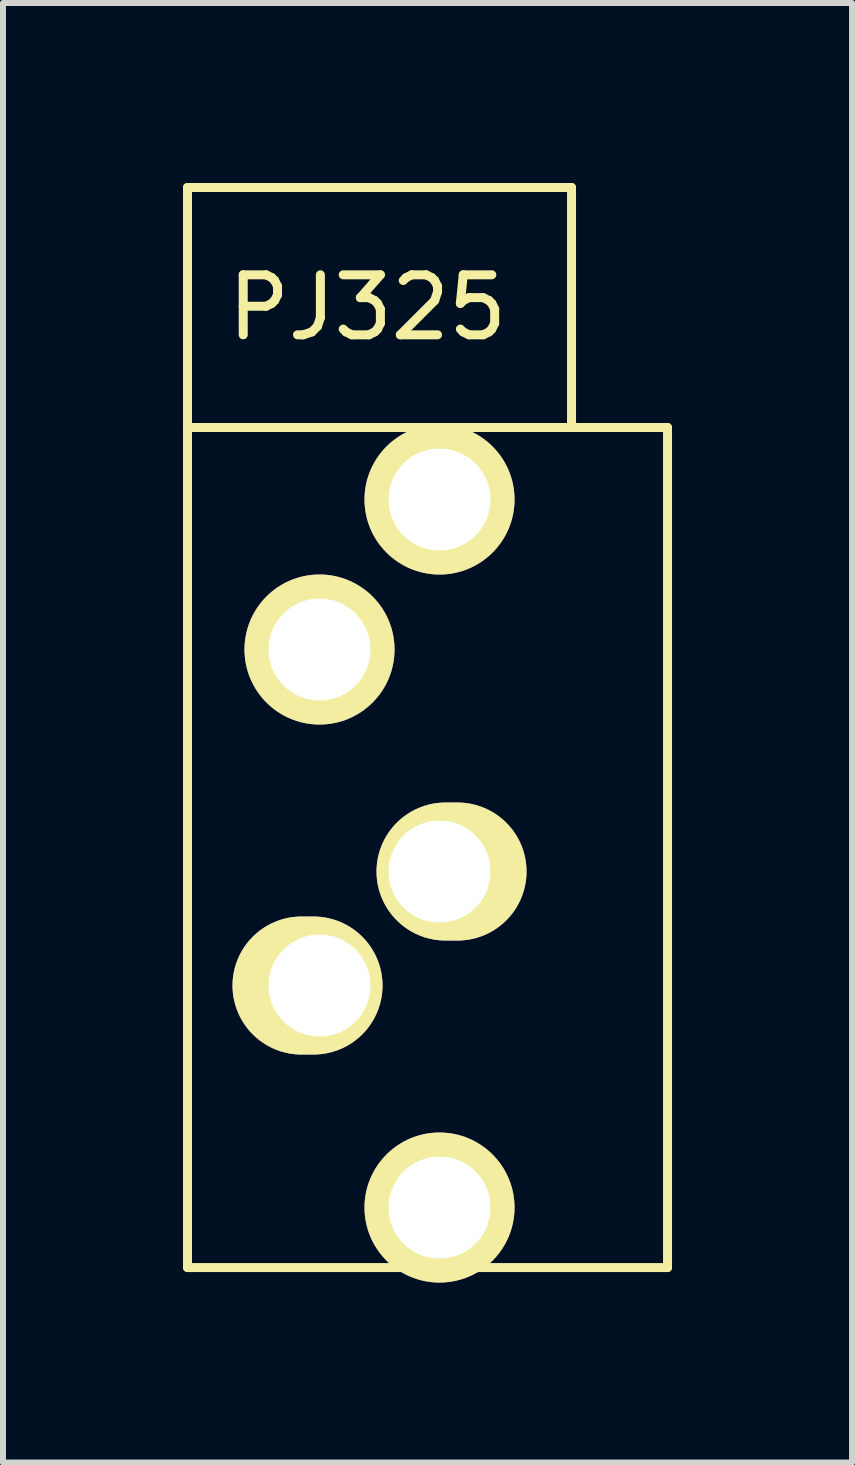
<source format=kicad_pcb>
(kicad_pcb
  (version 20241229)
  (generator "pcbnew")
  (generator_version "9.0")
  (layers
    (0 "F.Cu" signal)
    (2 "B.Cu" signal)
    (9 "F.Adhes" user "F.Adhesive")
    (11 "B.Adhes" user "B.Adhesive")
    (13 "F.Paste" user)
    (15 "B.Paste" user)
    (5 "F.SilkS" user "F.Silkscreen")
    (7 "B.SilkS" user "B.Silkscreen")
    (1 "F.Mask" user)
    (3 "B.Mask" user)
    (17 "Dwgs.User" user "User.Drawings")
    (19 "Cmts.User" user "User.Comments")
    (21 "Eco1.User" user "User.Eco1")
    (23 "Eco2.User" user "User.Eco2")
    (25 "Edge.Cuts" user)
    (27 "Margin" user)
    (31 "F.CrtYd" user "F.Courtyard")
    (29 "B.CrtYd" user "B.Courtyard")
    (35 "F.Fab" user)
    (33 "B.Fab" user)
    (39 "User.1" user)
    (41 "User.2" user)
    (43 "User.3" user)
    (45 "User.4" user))
  (footprint "PJ325"
    (layer "F.Cu")
    (at 3.275 11.075)
    (property "Reference" "PJ325" (at -0.2 -9 0) (layer "F.SilkS") (effects (font (size 1 1) (thickness 0.15))))
    (attr through_hole)
    (fp_line (start -3.2 -11) (end 3.2 -11) (stroke (width 0.15) (type solid)) (layer "F.SilkS"))
    (fp_line (start -3.2 -7) (end -3.2 -11) (stroke (width 0.15) (type solid)) (layer "F.SilkS"))
    (fp_line (start -3.2 -7) (end 4.8 -7) (stroke (width 0.15) (type solid)) (layer "F.SilkS"))
    (fp_line (start -3.2 7) (end -3.2 -7) (stroke (width 0.15) (type solid)) (layer "F.SilkS"))
    (fp_line (start 3.2 -11) (end 3.2 -7) (stroke (width 0.15) (type solid)) (layer "F.SilkS"))
    (fp_line (start 4.8 -7) (end 4.8 7) (stroke (width 0.15) (type solid)) (layer "F.SilkS"))
    (fp_line (start 4.8 7) (end -3.2 7) (stroke (width 0.15) (type solid)) (layer "F.SilkS"))
    (pad "1" thru_hole circle (at 1 -5.8) (size 2.5 2.5) (drill 1.7) (layers "*.Cu" "*.Mask" "F.SilkS"))
    (pad "2" thru_hole oval (at 1 0.4) (size 2.5 2.3) (drill 1.7 (offset 0.2 0)) (layers "*.Cu" "*.Mask" "F.SilkS"))
    (pad "3" thru_hole oval (at -1 2.3) (size 2.5 2.3) (drill 1.7 (offset -0.2 0)) (layers "*.Cu" "*.Mask" "F.SilkS"))
    (pad "4" thru_hole circle (at 1 6) (size 2.5 2.5) (drill 1.7) (layers "*.Cu" "*.Mask" "F.SilkS"))
    (pad "5" thru_hole circle (at -1 -3.3) (size 2.5 2.5) (drill 1.7) (layers "*.Cu" "*.Mask" "F.SilkS")))
  (gr_rect
    (start -3 -3)
    (end 11.15 21.325)
    (stroke (width 0.1) (type default))
    (fill no)
    (layer "Edge.Cuts")))
</source>
